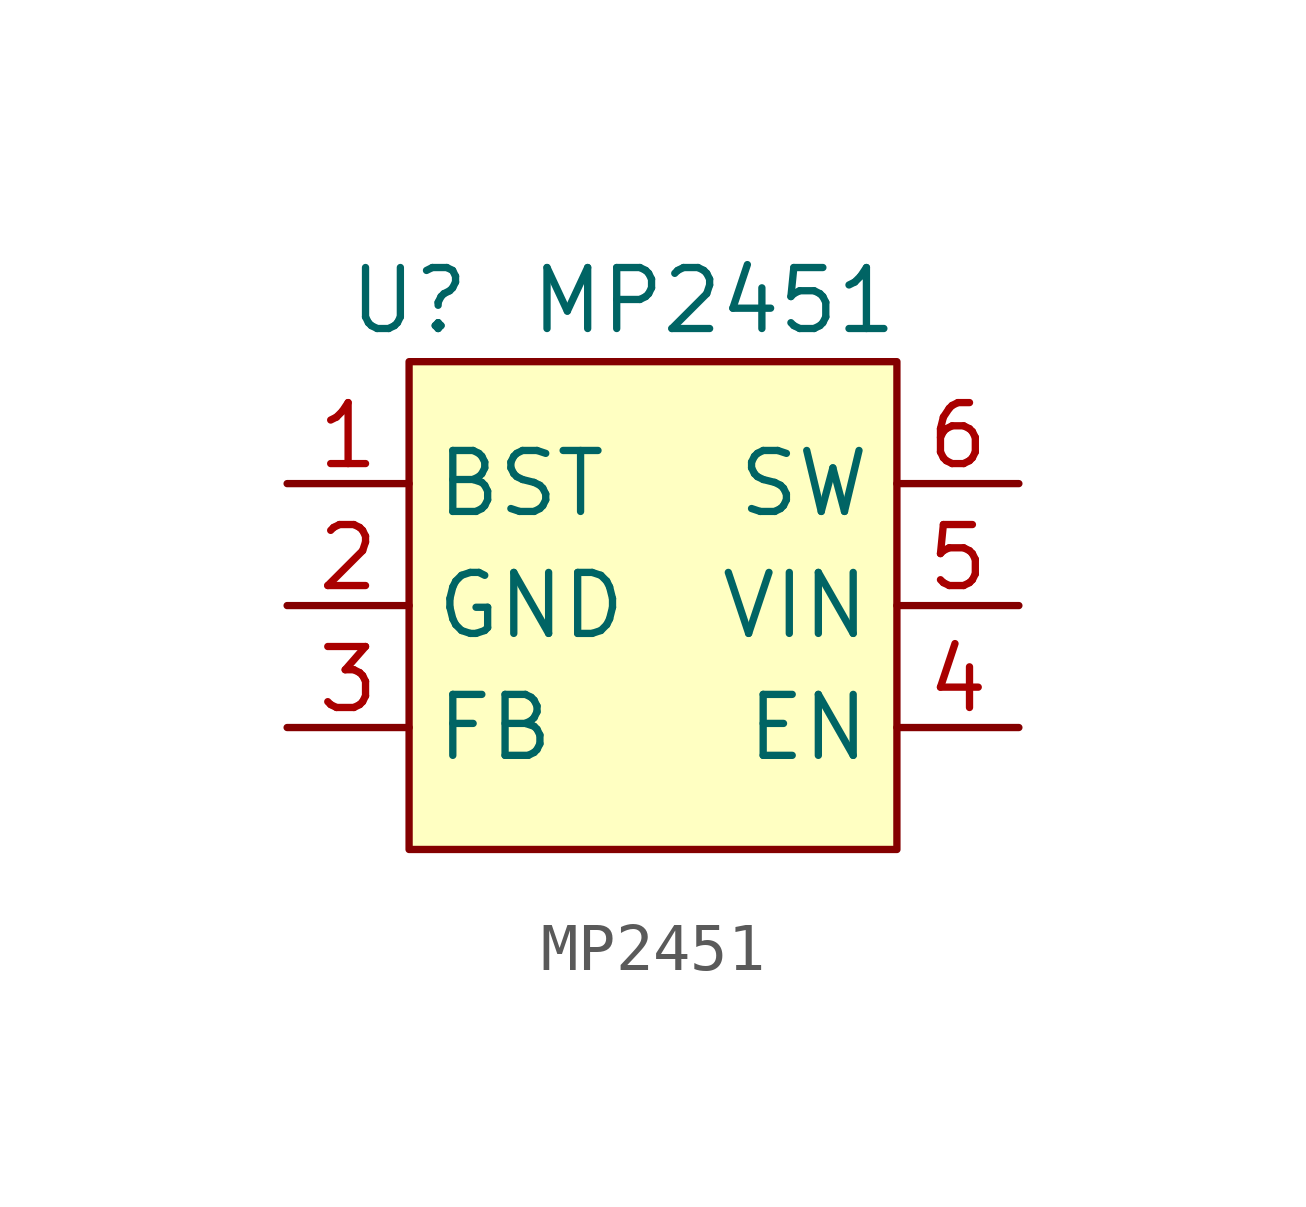
<source format=kicad_sym>
(kicad_symbol_lib
  (version 20220914)
  (generator kicad_symbol_editor)
  (symbol "MP2451"
    (property "Reference" "U"
      (at 0 1.27 0)
      (effects (font (size 1.27 1.27))))
    (property "Value" "MP2451"
      (at 6.35 1.27 0)
      (effects (font (size 1.27 1.27))))
    (symbol "MP2451_0_1"
      (rectangle (start 0 0) (end 10.16 -10.16) (stroke (width 0) (type default)) (fill (type background))))
    (symbol "MP2451_1_1"
      (pin bidirectional line (at -2.54 -2.54 0) (length 2.54) (name "BST" (effects (font (size 1.27 1.27)))) (number "1" (effects (font (size 1.27 1.27)))))
      (pin power_in line (at -2.54 -5.08 0) (length 2.54) (name "GND" (effects (font (size 1.27 1.27)))) (number "2" (effects (font (size 1.27 1.27)))))
      (pin bidirectional line (at -2.54 -7.62 0) (length 2.54) (name "FB" (effects (font (size 1.27 1.27)))) (number "3" (effects (font (size 1.27 1.27)))))
      (pin bidirectional line (at 12.7 -7.62 180) (length 2.54) (name "EN" (effects (font (size 1.27 1.27)))) (number "4" (effects (font (size 1.27 1.27)))))
      (pin power_in line (at 12.7 -5.08 180) (length 2.54) (name "VIN" (effects (font (size 1.27 1.27)))) (number "5" (effects (font (size 1.27 1.27)))))
      (pin bidirectional line (at 12.7 -2.54 180) (length 2.54) (name "SW" (effects (font (size 1.27 1.27)))) (number "6" (effects (font (size 1.27 1.27))))))))
</source>
